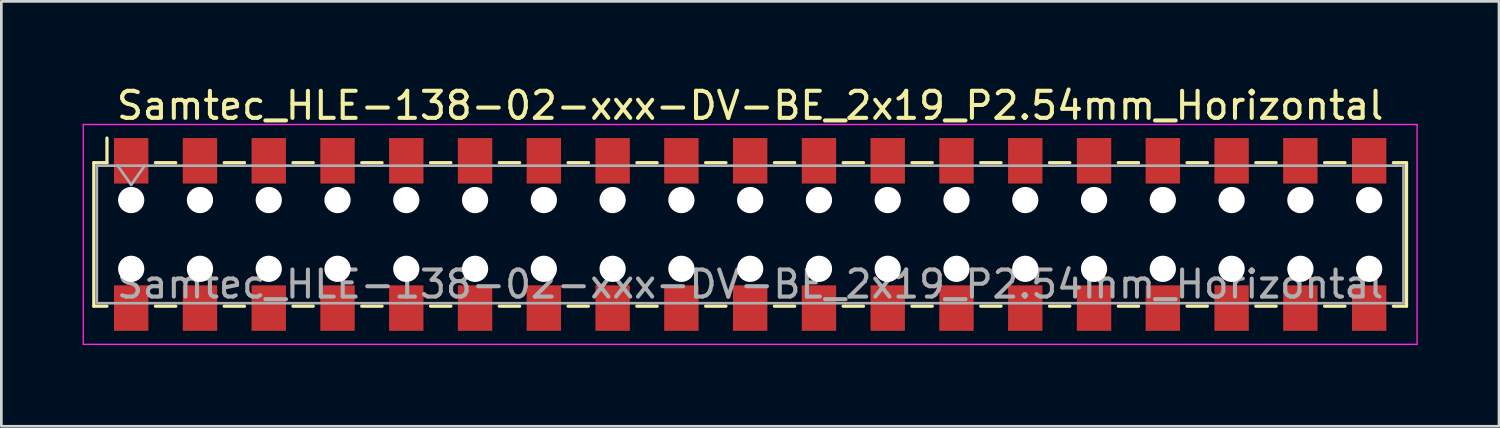
<source format=kicad_pcb>
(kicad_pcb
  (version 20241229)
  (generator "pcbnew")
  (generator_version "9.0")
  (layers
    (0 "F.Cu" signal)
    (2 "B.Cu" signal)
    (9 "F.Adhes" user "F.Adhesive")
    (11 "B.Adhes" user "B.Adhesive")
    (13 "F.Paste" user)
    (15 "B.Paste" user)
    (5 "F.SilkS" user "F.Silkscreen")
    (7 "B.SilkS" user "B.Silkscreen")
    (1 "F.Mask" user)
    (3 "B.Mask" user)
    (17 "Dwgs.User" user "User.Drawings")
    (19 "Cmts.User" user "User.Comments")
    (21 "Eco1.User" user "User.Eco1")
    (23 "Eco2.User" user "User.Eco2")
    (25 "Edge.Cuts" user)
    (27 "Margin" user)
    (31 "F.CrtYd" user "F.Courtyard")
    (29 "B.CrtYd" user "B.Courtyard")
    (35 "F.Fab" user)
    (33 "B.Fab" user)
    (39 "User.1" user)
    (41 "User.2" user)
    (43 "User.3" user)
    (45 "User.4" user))
  (footprint "Samtec_HLE-138-02-xxx-DV-BE_2x19_P2.54mm_Horizontal"
    (layer "F.Cu")
    (at 24.655 5.608)
    (property "Reference" "Samtec_HLE-138-02-xxx-DV-BE_2x19_P2.54mm_Horizontal" (at 0 -4.76 0) (layer "F.SilkS") (effects (font (size 1 1) (thickness 0.15))))
    (attr smd)
    (fp_line (start -24.24 -2.65) (end -24.24 2.65) (stroke (width 0.12) (type solid)) (layer "F.SilkS"))
    (fp_line (start -24.24 2.65) (end -23.755 2.65) (stroke (width 0.12) (type solid)) (layer "F.SilkS"))
    (fp_line (start -23.755 -3.56) (end -23.755 -2.65) (stroke (width 0.12) (type solid)) (layer "F.SilkS"))
    (fp_line (start -23.755 -2.65) (end -24.24 -2.65) (stroke (width 0.12) (type solid)) (layer "F.SilkS"))
    (fp_line (start -21.965 -2.65) (end -21.215 -2.65) (stroke (width 0.12) (type solid)) (layer "F.SilkS"))
    (fp_line (start -21.965 2.65) (end -21.215 2.65) (stroke (width 0.12) (type solid)) (layer "F.SilkS"))
    (fp_line (start -19.425 -2.65) (end -18.675 -2.65) (stroke (width 0.12) (type solid)) (layer "F.SilkS"))
    (fp_line (start -19.425 2.65) (end -18.675 2.65) (stroke (width 0.12) (type solid)) (layer "F.SilkS"))
    (fp_line (start -16.885 -2.65) (end -16.135 -2.65) (stroke (width 0.12) (type solid)) (layer "F.SilkS"))
    (fp_line (start -16.885 2.65) (end -16.135 2.65) (stroke (width 0.12) (type solid)) (layer "F.SilkS"))
    (fp_line (start -14.345 -2.65) (end -13.595 -2.65) (stroke (width 0.12) (type solid)) (layer "F.SilkS"))
    (fp_line (start -14.345 2.65) (end -13.595 2.65) (stroke (width 0.12) (type solid)) (layer "F.SilkS"))
    (fp_line (start -11.805 -2.65) (end -11.055 -2.65) (stroke (width 0.12) (type solid)) (layer "F.SilkS"))
    (fp_line (start -11.805 2.65) (end -11.055 2.65) (stroke (width 0.12) (type solid)) (layer "F.SilkS"))
    (fp_line (start -9.265 -2.65) (end -8.515 -2.65) (stroke (width 0.12) (type solid)) (layer "F.SilkS"))
    (fp_line (start -9.265 2.65) (end -8.515 2.65) (stroke (width 0.12) (type solid)) (layer "F.SilkS"))
    (fp_line (start -6.725 -2.65) (end -5.975 -2.65) (stroke (width 0.12) (type solid)) (layer "F.SilkS"))
    (fp_line (start -6.725 2.65) (end -5.975 2.65) (stroke (width 0.12) (type solid)) (layer "F.SilkS"))
    (fp_line (start -4.185 -2.65) (end -3.435 -2.65) (stroke (width 0.12) (type solid)) (layer "F.SilkS"))
    (fp_line (start -4.185 2.65) (end -3.435 2.65) (stroke (width 0.12) (type solid)) (layer "F.SilkS"))
    (fp_line (start -1.645 -2.65) (end -0.895 -2.65) (stroke (width 0.12) (type solid)) (layer "F.SilkS"))
    (fp_line (start -1.645 2.65) (end -0.895 2.65) (stroke (width 0.12) (type solid)) (layer "F.SilkS"))
    (fp_line (start 0.895 -2.65) (end 1.645 -2.65) (stroke (width 0.12) (type solid)) (layer "F.SilkS"))
    (fp_line (start 0.895 2.65) (end 1.645 2.65) (stroke (width 0.12) (type solid)) (layer "F.SilkS"))
    (fp_line (start 3.435 -2.65) (end 4.185 -2.65) (stroke (width 0.12) (type solid)) (layer "F.SilkS"))
    (fp_line (start 3.435 2.65) (end 4.185 2.65) (stroke (width 0.12) (type solid)) (layer "F.SilkS"))
    (fp_line (start 5.975 -2.65) (end 6.725 -2.65) (stroke (width 0.12) (type solid)) (layer "F.SilkS"))
    (fp_line (start 5.975 2.65) (end 6.725 2.65) (stroke (width 0.12) (type solid)) (layer "F.SilkS"))
    (fp_line (start 8.515 -2.65) (end 9.265 -2.65) (stroke (width 0.12) (type solid)) (layer "F.SilkS"))
    (fp_line (start 8.515 2.65) (end 9.265 2.65) (stroke (width 0.12) (type solid)) (layer "F.SilkS"))
    (fp_line (start 11.055 -2.65) (end 11.805 -2.65) (stroke (width 0.12) (type solid)) (layer "F.SilkS"))
    (fp_line (start 11.055 2.65) (end 11.805 2.65) (stroke (width 0.12) (type solid)) (layer "F.SilkS"))
    (fp_line (start 13.595 -2.65) (end 14.345 -2.65) (stroke (width 0.12) (type solid)) (layer "F.SilkS"))
    (fp_line (start 13.595 2.65) (end 14.345 2.65) (stroke (width 0.12) (type solid)) (layer "F.SilkS"))
    (fp_line (start 16.135 -2.65) (end 16.885 -2.65) (stroke (width 0.12) (type solid)) (layer "F.SilkS"))
    (fp_line (start 16.135 2.65) (end 16.885 2.65) (stroke (width 0.12) (type solid)) (layer "F.SilkS"))
    (fp_line (start 18.675 -2.65) (end 19.425 -2.65) (stroke (width 0.12) (type solid)) (layer "F.SilkS"))
    (fp_line (start 18.675 2.65) (end 19.425 2.65) (stroke (width 0.12) (type solid)) (layer "F.SilkS"))
    (fp_line (start 21.215 -2.65) (end 21.965 -2.65) (stroke (width 0.12) (type solid)) (layer "F.SilkS"))
    (fp_line (start 21.215 2.65) (end 21.965 2.65) (stroke (width 0.12) (type solid)) (layer "F.SilkS"))
    (fp_line (start 23.755 -2.65) (end 24.24 -2.65) (stroke (width 0.12) (type solid)) (layer "F.SilkS"))
    (fp_line (start 24.24 -2.65) (end 24.24 2.65) (stroke (width 0.12) (type solid)) (layer "F.SilkS"))
    (fp_line (start 24.24 2.65) (end 23.755 2.65) (stroke (width 0.12) (type solid)) (layer "F.SilkS"))
    (fp_line (start -24.63 -4.06) (end 24.63 -4.06) (stroke (width 0.05) (type solid)) (layer "F.CrtYd"))
    (fp_line (start -24.63 4.06) (end -24.63 -4.06) (stroke (width 0.05) (type solid)) (layer "F.CrtYd"))
    (fp_line (start 24.63 -4.06) (end 24.63 4.06) (stroke (width 0.05) (type solid)) (layer "F.CrtYd"))
    (fp_line (start 24.63 4.06) (end -24.63 4.06) (stroke (width 0.05) (type solid)) (layer "F.CrtYd"))
    (fp_line (start -24.13 -2.54) (end 24.13 -2.54) (stroke (width 0.1) (type solid)) (layer "F.Fab"))
    (fp_line (start -24.13 2.54) (end -24.13 -2.54) (stroke (width 0.1) (type solid)) (layer "F.Fab"))
    (fp_line (start -23.36 -2.54) (end -22.86 -1.833) (stroke (width 0.1) (type solid)) (layer "F.Fab"))
    (fp_line (start -22.86 -1.833) (end -22.36 -2.54) (stroke (width 0.1) (type solid)) (layer "F.Fab"))
    (fp_line (start 24.13 -2.54) (end 24.13 2.54) (stroke (width 0.1) (type solid)) (layer "F.Fab"))
    (fp_line (start 24.13 2.54) (end -24.13 2.54) (stroke (width 0.1) (type solid)) (layer "F.Fab"))
    (fp_text user "${REFERENCE}" (at 0 1.84 0) (layer "F.Fab") (effects (font (size 1 1) (thickness 0.15))))
    (pad "" np_thru_hole circle (at -22.86 -1.27) (size 0.97 0.97) (drill 0.97) (layers "*.Cu" "*.Mask"))
    (pad "" np_thru_hole circle (at -22.86 1.27) (size 0.97 0.97) (drill 0.97) (layers "*.Cu" "*.Mask"))
    (pad "" np_thru_hole circle (at -20.32 -1.27) (size 0.97 0.97) (drill 0.97) (layers "*.Cu" "*.Mask"))
    (pad "" np_thru_hole circle (at -20.32 1.27) (size 0.97 0.97) (drill 0.97) (layers "*.Cu" "*.Mask"))
    (pad "" np_thru_hole circle (at -17.78 -1.27) (size 0.97 0.97) (drill 0.97) (layers "*.Cu" "*.Mask"))
    (pad "" np_thru_hole circle (at -17.78 1.27) (size 0.97 0.97) (drill 0.97) (layers "*.Cu" "*.Mask"))
    (pad "" np_thru_hole circle (at -15.24 -1.27) (size 0.97 0.97) (drill 0.97) (layers "*.Cu" "*.Mask"))
    (pad "" np_thru_hole circle (at -15.24 1.27) (size 0.97 0.97) (drill 0.97) (layers "*.Cu" "*.Mask"))
    (pad "" np_thru_hole circle (at -12.7 -1.27) (size 0.97 0.97) (drill 0.97) (layers "*.Cu" "*.Mask"))
    (pad "" np_thru_hole circle (at -12.7 1.27) (size 0.97 0.97) (drill 0.97) (layers "*.Cu" "*.Mask"))
    (pad "" np_thru_hole circle (at -10.16 -1.27) (size 0.97 0.97) (drill 0.97) (layers "*.Cu" "*.Mask"))
    (pad "" np_thru_hole circle (at -10.16 1.27) (size 0.97 0.97) (drill 0.97) (layers "*.Cu" "*.Mask"))
    (pad "" np_thru_hole circle (at -7.62 -1.27) (size 0.97 0.97) (drill 0.97) (layers "*.Cu" "*.Mask"))
    (pad "" np_thru_hole circle (at -7.62 1.27) (size 0.97 0.97) (drill 0.97) (layers "*.Cu" "*.Mask"))
    (pad "" np_thru_hole circle (at -5.08 -1.27) (size 0.97 0.97) (drill 0.97) (layers "*.Cu" "*.Mask"))
    (pad "" np_thru_hole circle (at -5.08 1.27) (size 0.97 0.97) (drill 0.97) (layers "*.Cu" "*.Mask"))
    (pad "" np_thru_hole circle (at -2.54 -1.27) (size 0.97 0.97) (drill 0.97) (layers "*.Cu" "*.Mask"))
    (pad "" np_thru_hole circle (at -2.54 1.27) (size 0.97 0.97) (drill 0.97) (layers "*.Cu" "*.Mask"))
    (pad "" np_thru_hole circle (at 0 -1.27) (size 0.97 0.97) (drill 0.97) (layers "*.Cu" "*.Mask"))
    (pad "" np_thru_hole circle (at 0 1.27) (size 0.97 0.97) (drill 0.97) (layers "*.Cu" "*.Mask"))
    (pad "" np_thru_hole circle (at 2.54 -1.27) (size 0.97 0.97) (drill 0.97) (layers "*.Cu" "*.Mask"))
    (pad "" np_thru_hole circle (at 2.54 1.27) (size 0.97 0.97) (drill 0.97) (layers "*.Cu" "*.Mask"))
    (pad "" np_thru_hole circle (at 5.08 -1.27) (size 0.97 0.97) (drill 0.97) (layers "*.Cu" "*.Mask"))
    (pad "" np_thru_hole circle (at 5.08 1.27) (size 0.97 0.97) (drill 0.97) (layers "*.Cu" "*.Mask"))
    (pad "" np_thru_hole circle (at 7.62 -1.27) (size 0.97 0.97) (drill 0.97) (layers "*.Cu" "*.Mask"))
    (pad "" np_thru_hole circle (at 7.62 1.27) (size 0.97 0.97) (drill 0.97) (layers "*.Cu" "*.Mask"))
    (pad "" np_thru_hole circle (at 10.16 -1.27) (size 0.97 0.97) (drill 0.97) (layers "*.Cu" "*.Mask"))
    (pad "" np_thru_hole circle (at 10.16 1.27) (size 0.97 0.97) (drill 0.97) (layers "*.Cu" "*.Mask"))
    (pad "" np_thru_hole circle (at 12.7 -1.27) (size 0.97 0.97) (drill 0.97) (layers "*.Cu" "*.Mask"))
    (pad "" np_thru_hole circle (at 12.7 1.27) (size 0.97 0.97) (drill 0.97) (layers "*.Cu" "*.Mask"))
    (pad "" np_thru_hole circle (at 15.24 -1.27) (size 0.97 0.97) (drill 0.97) (layers "*.Cu" "*.Mask"))
    (pad "" np_thru_hole circle (at 15.24 1.27) (size 0.97 0.97) (drill 0.97) (layers "*.Cu" "*.Mask"))
    (pad "" np_thru_hole circle (at 17.78 -1.27) (size 0.97 0.97) (drill 0.97) (layers "*.Cu" "*.Mask"))
    (pad "" np_thru_hole circle (at 17.78 1.27) (size 0.97 0.97) (drill 0.97) (layers "*.Cu" "*.Mask"))
    (pad "" np_thru_hole circle (at 20.32 -1.27) (size 0.97 0.97) (drill 0.97) (layers "*.Cu" "*.Mask"))
    (pad "" np_thru_hole circle (at 20.32 1.27) (size 0.97 0.97) (drill 0.97) (layers "*.Cu" "*.Mask"))
    (pad "" np_thru_hole circle (at 22.86 -1.27) (size 0.97 0.97) (drill 0.97) (layers "*.Cu" "*.Mask"))
    (pad "" np_thru_hole circle (at 22.86 1.27) (size 0.97 0.97) (drill 0.97) (layers "*.Cu" "*.Mask"))
    (pad "1" smd rect (at -22.86 -2.72) (size 1.27 1.68) (layers "F.Cu" "F.Mask" "F.Paste"))
    (pad "2" smd rect (at -22.86 2.72) (size 1.27 1.68) (layers "F.Cu" "F.Mask" "F.Paste"))
    (pad "3" smd rect (at -20.32 -2.72) (size 1.27 1.68) (layers "F.Cu" "F.Mask" "F.Paste"))
    (pad "4" smd rect (at -20.32 2.72) (size 1.27 1.68) (layers "F.Cu" "F.Mask" "F.Paste"))
    (pad "5" smd rect (at -17.78 -2.72) (size 1.27 1.68) (layers "F.Cu" "F.Mask" "F.Paste"))
    (pad "6" smd rect (at -17.78 2.72) (size 1.27 1.68) (layers "F.Cu" "F.Mask" "F.Paste"))
    (pad "7" smd rect (at -15.24 -2.72) (size 1.27 1.68) (layers "F.Cu" "F.Mask" "F.Paste"))
    (pad "8" smd rect (at -15.24 2.72) (size 1.27 1.68) (layers "F.Cu" "F.Mask" "F.Paste"))
    (pad "9" smd rect (at -12.7 -2.72) (size 1.27 1.68) (layers "F.Cu" "F.Mask" "F.Paste"))
    (pad "10" smd rect (at -12.7 2.72) (size 1.27 1.68) (layers "F.Cu" "F.Mask" "F.Paste"))
    (pad "11" smd rect (at -10.16 -2.72) (size 1.27 1.68) (layers "F.Cu" "F.Mask" "F.Paste"))
    (pad "12" smd rect (at -10.16 2.72) (size 1.27 1.68) (layers "F.Cu" "F.Mask" "F.Paste"))
    (pad "13" smd rect (at -7.62 -2.72) (size 1.27 1.68) (layers "F.Cu" "F.Mask" "F.Paste"))
    (pad "14" smd rect (at -7.62 2.72) (size 1.27 1.68) (layers "F.Cu" "F.Mask" "F.Paste"))
    (pad "15" smd rect (at -5.08 -2.72) (size 1.27 1.68) (layers "F.Cu" "F.Mask" "F.Paste"))
    (pad "16" smd rect (at -5.08 2.72) (size 1.27 1.68) (layers "F.Cu" "F.Mask" "F.Paste"))
    (pad "17" smd rect (at -2.54 -2.72) (size 1.27 1.68) (layers "F.Cu" "F.Mask" "F.Paste"))
    (pad "18" smd rect (at -2.54 2.72) (size 1.27 1.68) (layers "F.Cu" "F.Mask" "F.Paste"))
    (pad "19" smd rect (at 0 -2.72) (size 1.27 1.68) (layers "F.Cu" "F.Mask" "F.Paste"))
    (pad "20" smd rect (at 0 2.72) (size 1.27 1.68) (layers "F.Cu" "F.Mask" "F.Paste"))
    (pad "21" smd rect (at 2.54 -2.72) (size 1.27 1.68) (layers "F.Cu" "F.Mask" "F.Paste"))
    (pad "22" smd rect (at 2.54 2.72) (size 1.27 1.68) (layers "F.Cu" "F.Mask" "F.Paste"))
    (pad "23" smd rect (at 5.08 -2.72) (size 1.27 1.68) (layers "F.Cu" "F.Mask" "F.Paste"))
    (pad "24" smd rect (at 5.08 2.72) (size 1.27 1.68) (layers "F.Cu" "F.Mask" "F.Paste"))
    (pad "25" smd rect (at 7.62 -2.72) (size 1.27 1.68) (layers "F.Cu" "F.Mask" "F.Paste"))
    (pad "26" smd rect (at 7.62 2.72) (size 1.27 1.68) (layers "F.Cu" "F.Mask" "F.Paste"))
    (pad "27" smd rect (at 10.16 -2.72) (size 1.27 1.68) (layers "F.Cu" "F.Mask" "F.Paste"))
    (pad "28" smd rect (at 10.16 2.72) (size 1.27 1.68) (layers "F.Cu" "F.Mask" "F.Paste"))
    (pad "29" smd rect (at 12.7 -2.72) (size 1.27 1.68) (layers "F.Cu" "F.Mask" "F.Paste"))
    (pad "30" smd rect (at 12.7 2.72) (size 1.27 1.68) (layers "F.Cu" "F.Mask" "F.Paste"))
    (pad "31" smd rect (at 15.24 -2.72) (size 1.27 1.68) (layers "F.Cu" "F.Mask" "F.Paste"))
    (pad "32" smd rect (at 15.24 2.72) (size 1.27 1.68) (layers "F.Cu" "F.Mask" "F.Paste"))
    (pad "33" smd rect (at 17.78 -2.72) (size 1.27 1.68) (layers "F.Cu" "F.Mask" "F.Paste"))
    (pad "34" smd rect (at 17.78 2.72) (size 1.27 1.68) (layers "F.Cu" "F.Mask" "F.Paste"))
    (pad "35" smd rect (at 20.32 -2.72) (size 1.27 1.68) (layers "F.Cu" "F.Mask" "F.Paste"))
    (pad "36" smd rect (at 20.32 2.72) (size 1.27 1.68) (layers "F.Cu" "F.Mask" "F.Paste"))
    (pad "37" smd rect (at 22.86 -2.72) (size 1.27 1.68) (layers "F.Cu" "F.Mask" "F.Paste"))
    (pad "38" smd rect (at 22.86 2.72) (size 1.27 1.68) (layers "F.Cu" "F.Mask" "F.Paste")))
  (gr_rect
    (start -3 -3)
    (end 52.31 12.693)
    (stroke (width 0.1) (type default))
    (fill no)
    (layer "Edge.Cuts")))
</source>
